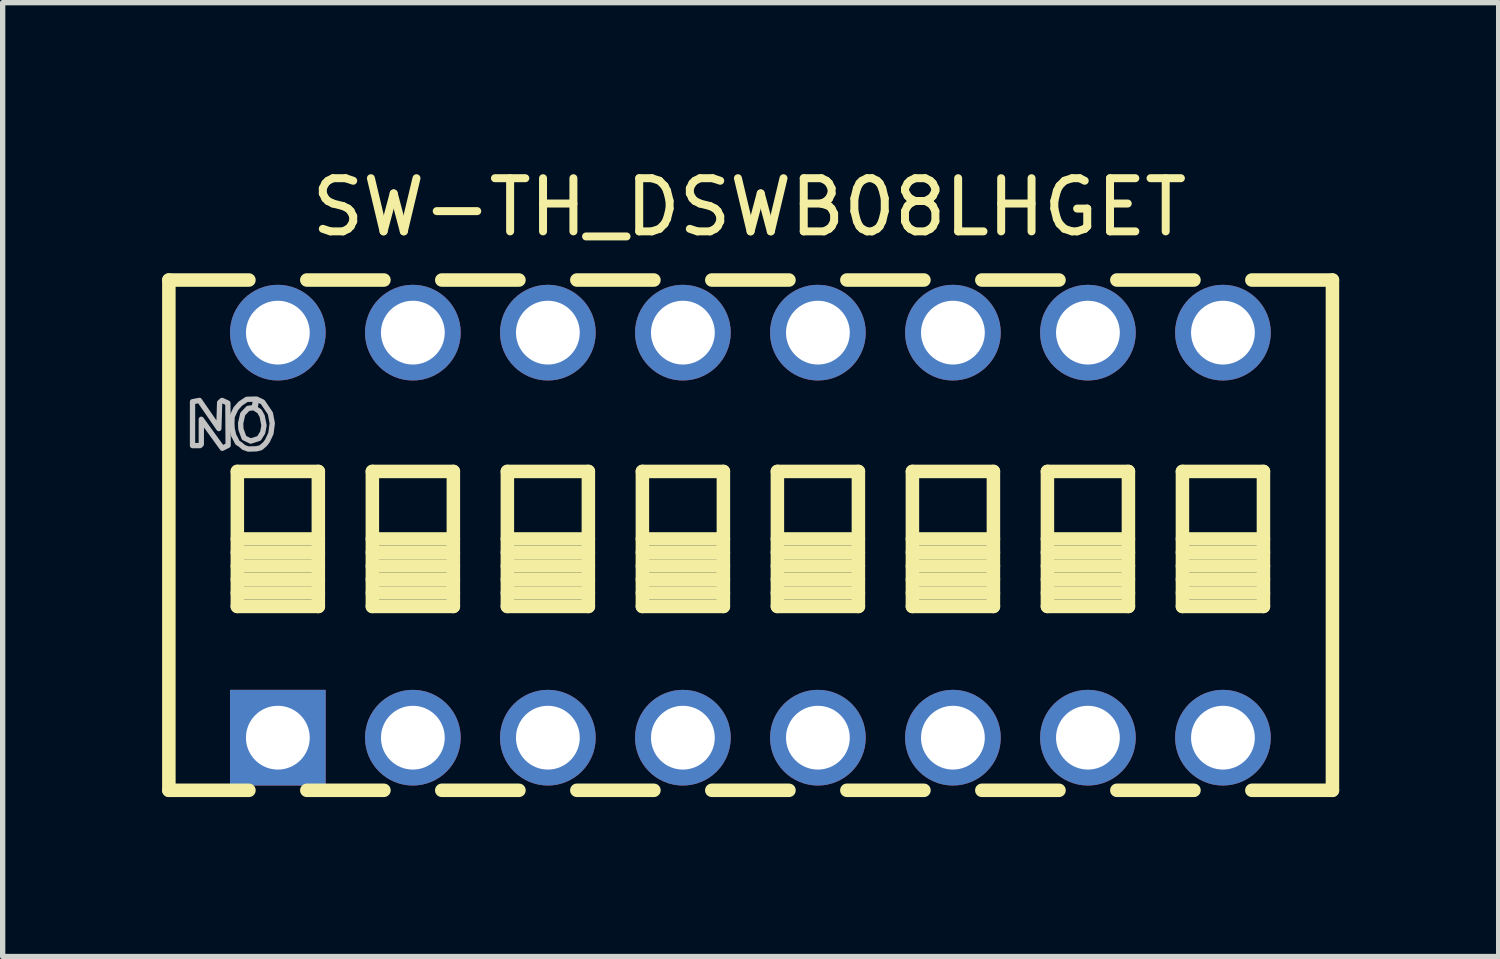
<source format=kicad_pcb>
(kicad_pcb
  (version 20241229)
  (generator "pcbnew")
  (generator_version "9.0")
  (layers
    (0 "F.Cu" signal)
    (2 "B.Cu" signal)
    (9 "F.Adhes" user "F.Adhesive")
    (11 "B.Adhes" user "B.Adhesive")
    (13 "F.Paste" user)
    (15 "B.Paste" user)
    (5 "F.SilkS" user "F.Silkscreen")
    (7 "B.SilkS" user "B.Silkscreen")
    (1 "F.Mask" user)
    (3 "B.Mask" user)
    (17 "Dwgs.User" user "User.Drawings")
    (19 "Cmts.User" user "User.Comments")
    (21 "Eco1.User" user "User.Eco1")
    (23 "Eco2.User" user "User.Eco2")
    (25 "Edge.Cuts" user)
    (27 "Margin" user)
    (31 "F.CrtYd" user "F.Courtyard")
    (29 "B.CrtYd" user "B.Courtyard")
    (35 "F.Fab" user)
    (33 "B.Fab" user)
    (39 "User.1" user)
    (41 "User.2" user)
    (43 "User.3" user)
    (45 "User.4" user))
  (footprint "SW-TH_DSWB08LHGET"
    (layer "F.Cu")
    (at 11.067 7.018)
    (property "Reference" "SW-TH_DSWB08LHGET" (at -0.02 -6.17 0) (layer "F.SilkS") (effects (font (size 1 1) (thickness 0.15))))
    (fp_line (start -10.94 -4.8) (end -9.434 -4.8) (stroke (width 0.254) (type default)) (layer "F.SilkS"))
    (fp_line (start -10.94 4.8) (end -10.94 -4.8) (stroke (width 0.254) (type default)) (layer "F.SilkS"))
    (fp_line (start -10.94 4.8) (end -9.434 4.8) (stroke (width 0.254) (type default)) (layer "F.SilkS"))
    (fp_line (start -9.652 -1.199) (end -8.128 -1.199) (stroke (width 0.254) (type default)) (layer "F.SilkS"))
    (fp_line (start -9.652 0.071) (end -8.128 0.071) (stroke (width 0.254) (type default)) (layer "F.SilkS"))
    (fp_line (start -9.652 0.325) (end -8.128 0.325) (stroke (width 0.254) (type default)) (layer "F.SilkS"))
    (fp_line (start -9.652 0.579) (end -8.128 0.579) (stroke (width 0.254) (type default)) (layer "F.SilkS"))
    (fp_line (start -9.652 0.833) (end -8.128 0.833) (stroke (width 0.254) (type default)) (layer "F.SilkS"))
    (fp_line (start -9.652 1.087) (end -8.128 1.087) (stroke (width 0.254) (type default)) (layer "F.SilkS"))
    (fp_line (start -9.652 1.341) (end -9.652 -1.199) (stroke (width 0.254) (type default)) (layer "F.SilkS"))
    (fp_line (start -8.345 -4.8) (end -6.894 -4.8) (stroke (width 0.254) (type default)) (layer "F.SilkS"))
    (fp_line (start -8.345 4.8) (end -6.894 4.8) (stroke (width 0.254) (type default)) (layer "F.SilkS"))
    (fp_line (start -8.128 -1.199) (end -8.128 1.341) (stroke (width 0.254) (type default)) (layer "F.SilkS"))
    (fp_line (start -8.128 1.341) (end -9.652 1.341) (stroke (width 0.254) (type default)) (layer "F.SilkS"))
    (fp_line (start -7.112 -1.199) (end -5.588 -1.199) (stroke (width 0.254) (type default)) (layer "F.SilkS"))
    (fp_line (start -7.112 0.071) (end -5.588 0.071) (stroke (width 0.254) (type default)) (layer "F.SilkS"))
    (fp_line (start -7.112 0.325) (end -5.588 0.325) (stroke (width 0.254) (type default)) (layer "F.SilkS"))
    (fp_line (start -7.112 0.579) (end -5.588 0.579) (stroke (width 0.254) (type default)) (layer "F.SilkS"))
    (fp_line (start -7.112 0.833) (end -5.588 0.833) (stroke (width 0.254) (type default)) (layer "F.SilkS"))
    (fp_line (start -7.112 1.087) (end -5.588 1.087) (stroke (width 0.254) (type default)) (layer "F.SilkS"))
    (fp_line (start -7.112 1.341) (end -7.112 -1.199) (stroke (width 0.254) (type default)) (layer "F.SilkS"))
    (fp_line (start -5.806 -4.8) (end -4.354 -4.8) (stroke (width 0.254) (type default)) (layer "F.SilkS"))
    (fp_line (start -5.806 4.8) (end -4.354 4.8) (stroke (width 0.254) (type default)) (layer "F.SilkS"))
    (fp_line (start -5.588 -1.199) (end -5.588 1.341) (stroke (width 0.254) (type default)) (layer "F.SilkS"))
    (fp_line (start -5.588 1.341) (end -7.112 1.341) (stroke (width 0.254) (type default)) (layer "F.SilkS"))
    (fp_line (start -4.572 -1.199) (end -3.048 -1.199) (stroke (width 0.254) (type default)) (layer "F.SilkS"))
    (fp_line (start -4.572 0.071) (end -3.048 0.071) (stroke (width 0.254) (type default)) (layer "F.SilkS"))
    (fp_line (start -4.572 0.325) (end -3.048 0.325) (stroke (width 0.254) (type default)) (layer "F.SilkS"))
    (fp_line (start -4.572 0.579) (end -3.048 0.579) (stroke (width 0.254) (type default)) (layer "F.SilkS"))
    (fp_line (start -4.572 0.833) (end -3.048 0.833) (stroke (width 0.254) (type default)) (layer "F.SilkS"))
    (fp_line (start -4.572 1.087) (end -3.048 1.087) (stroke (width 0.254) (type default)) (layer "F.SilkS"))
    (fp_line (start -4.572 1.341) (end -4.572 -1.199) (stroke (width 0.254) (type default)) (layer "F.SilkS"))
    (fp_line (start -3.265 -4.8) (end -1.815 -4.8) (stroke (width 0.254) (type default)) (layer "F.SilkS"))
    (fp_line (start -3.265 4.8) (end -1.815 4.8) (stroke (width 0.254) (type default)) (layer "F.SilkS"))
    (fp_line (start -3.048 -1.199) (end -3.048 1.341) (stroke (width 0.254) (type default)) (layer "F.SilkS"))
    (fp_line (start -3.048 1.341) (end -4.572 1.341) (stroke (width 0.254) (type default)) (layer "F.SilkS"))
    (fp_line (start -2.032 -1.199) (end -0.508 -1.199) (stroke (width 0.254) (type default)) (layer "F.SilkS"))
    (fp_line (start -2.032 0.071) (end -0.508 0.071) (stroke (width 0.254) (type default)) (layer "F.SilkS"))
    (fp_line (start -2.032 0.325) (end -0.508 0.325) (stroke (width 0.254) (type default)) (layer "F.SilkS"))
    (fp_line (start -2.032 0.579) (end -0.508 0.579) (stroke (width 0.254) (type default)) (layer "F.SilkS"))
    (fp_line (start -2.032 0.833) (end -0.508 0.833) (stroke (width 0.254) (type default)) (layer "F.SilkS"))
    (fp_line (start -2.032 1.087) (end -0.508 1.087) (stroke (width 0.254) (type default)) (layer "F.SilkS"))
    (fp_line (start -2.032 1.341) (end -2.032 -1.199) (stroke (width 0.254) (type default)) (layer "F.SilkS"))
    (fp_line (start -0.726 -4.8) (end 0.726 -4.8) (stroke (width 0.254) (type default)) (layer "F.SilkS"))
    (fp_line (start -0.726 4.8) (end 0.726 4.8) (stroke (width 0.254) (type default)) (layer "F.SilkS"))
    (fp_line (start -0.508 -1.199) (end -0.508 1.341) (stroke (width 0.254) (type default)) (layer "F.SilkS"))
    (fp_line (start -0.508 1.341) (end -2.032 1.341) (stroke (width 0.254) (type default)) (layer "F.SilkS"))
    (fp_line (start 0.508 -1.199) (end 2.032 -1.199) (stroke (width 0.254) (type default)) (layer "F.SilkS"))
    (fp_line (start 0.508 0.071) (end 2.032 0.071) (stroke (width 0.254) (type default)) (layer "F.SilkS"))
    (fp_line (start 0.508 0.325) (end 2.032 0.325) (stroke (width 0.254) (type default)) (layer "F.SilkS"))
    (fp_line (start 0.508 0.579) (end 2.032 0.579) (stroke (width 0.254) (type default)) (layer "F.SilkS"))
    (fp_line (start 0.508 0.833) (end 2.032 0.833) (stroke (width 0.254) (type default)) (layer "F.SilkS"))
    (fp_line (start 0.508 1.087) (end 2.032 1.087) (stroke (width 0.254) (type default)) (layer "F.SilkS"))
    (fp_line (start 0.508 1.341) (end 0.508 -1.199) (stroke (width 0.254) (type default)) (layer "F.SilkS"))
    (fp_line (start 1.815 -4.8) (end 3.265 -4.8) (stroke (width 0.254) (type default)) (layer "F.SilkS"))
    (fp_line (start 1.815 4.8) (end 3.265 4.8) (stroke (width 0.254) (type default)) (layer "F.SilkS"))
    (fp_line (start 2.032 -1.199) (end 2.032 1.341) (stroke (width 0.254) (type default)) (layer "F.SilkS"))
    (fp_line (start 2.032 1.341) (end 0.508 1.341) (stroke (width 0.254) (type default)) (layer "F.SilkS"))
    (fp_line (start 3.048 -1.199) (end 4.572 -1.199) (stroke (width 0.254) (type default)) (layer "F.SilkS"))
    (fp_line (start 3.048 0.071) (end 4.572 0.071) (stroke (width 0.254) (type default)) (layer "F.SilkS"))
    (fp_line (start 3.048 0.325) (end 4.572 0.325) (stroke (width 0.254) (type default)) (layer "F.SilkS"))
    (fp_line (start 3.048 0.579) (end 4.572 0.579) (stroke (width 0.254) (type default)) (layer "F.SilkS"))
    (fp_line (start 3.048 0.833) (end 4.572 0.833) (stroke (width 0.254) (type default)) (layer "F.SilkS"))
    (fp_line (start 3.048 1.087) (end 4.572 1.087) (stroke (width 0.254) (type default)) (layer "F.SilkS"))
    (fp_line (start 3.048 1.341) (end 3.048 -1.199) (stroke (width 0.254) (type default)) (layer "F.SilkS"))
    (fp_line (start 4.354 -4.8) (end 5.806 -4.8) (stroke (width 0.254) (type default)) (layer "F.SilkS"))
    (fp_line (start 4.354 4.8) (end 5.806 4.8) (stroke (width 0.254) (type default)) (layer "F.SilkS"))
    (fp_line (start 4.572 -1.199) (end 4.572 1.341) (stroke (width 0.254) (type default)) (layer "F.SilkS"))
    (fp_line (start 4.572 1.341) (end 3.048 1.341) (stroke (width 0.254) (type default)) (layer "F.SilkS"))
    (fp_line (start 5.588 -1.199) (end 7.112 -1.199) (stroke (width 0.254) (type default)) (layer "F.SilkS"))
    (fp_line (start 5.588 0.071) (end 7.112 0.071) (stroke (width 0.254) (type default)) (layer "F.SilkS"))
    (fp_line (start 5.588 0.325) (end 7.112 0.325) (stroke (width 0.254) (type default)) (layer "F.SilkS"))
    (fp_line (start 5.588 0.579) (end 7.112 0.579) (stroke (width 0.254) (type default)) (layer "F.SilkS"))
    (fp_line (start 5.588 0.833) (end 7.112 0.833) (stroke (width 0.254) (type default)) (layer "F.SilkS"))
    (fp_line (start 5.588 1.087) (end 7.112 1.087) (stroke (width 0.254) (type default)) (layer "F.SilkS"))
    (fp_line (start 5.588 1.341) (end 5.588 -1.199) (stroke (width 0.254) (type default)) (layer "F.SilkS"))
    (fp_line (start 6.894 -4.8) (end 8.345 -4.8) (stroke (width 0.254) (type default)) (layer "F.SilkS"))
    (fp_line (start 6.894 4.8) (end 8.345 4.8) (stroke (width 0.254) (type default)) (layer "F.SilkS"))
    (fp_line (start 7.112 -1.199) (end 7.112 1.341) (stroke (width 0.254) (type default)) (layer "F.SilkS"))
    (fp_line (start 7.112 1.341) (end 5.588 1.341) (stroke (width 0.254) (type default)) (layer "F.SilkS"))
    (fp_line (start 8.128 -1.199) (end 9.652 -1.199) (stroke (width 0.254) (type default)) (layer "F.SilkS"))
    (fp_line (start 8.128 0.071) (end 9.652 0.071) (stroke (width 0.254) (type default)) (layer "F.SilkS"))
    (fp_line (start 8.128 0.325) (end 9.652 0.325) (stroke (width 0.254) (type default)) (layer "F.SilkS"))
    (fp_line (start 8.128 0.579) (end 9.652 0.579) (stroke (width 0.254) (type default)) (layer "F.SilkS"))
    (fp_line (start 8.128 0.833) (end 9.652 0.833) (stroke (width 0.254) (type default)) (layer "F.SilkS"))
    (fp_line (start 8.128 1.087) (end 9.652 1.087) (stroke (width 0.254) (type default)) (layer "F.SilkS"))
    (fp_line (start 8.128 1.341) (end 8.128 -1.199) (stroke (width 0.254) (type default)) (layer "F.SilkS"))
    (fp_line (start 9.434 -4.8) (end 10.95 -4.8) (stroke (width 0.254) (type default)) (layer "F.SilkS"))
    (fp_line (start 9.434 4.8) (end 10.95 4.8) (stroke (width 0.254) (type default)) (layer "F.SilkS"))
    (fp_line (start 9.652 -1.199) (end 9.652 1.341) (stroke (width 0.254) (type default)) (layer "F.SilkS"))
    (fp_line (start 9.652 1.341) (end 8.128 1.341) (stroke (width 0.254) (type default)) (layer "F.SilkS"))
    (fp_line (start 10.95 -4.8) (end 10.95 4.8) (stroke (width 0.254) (type default)) (layer "F.SilkS"))
    (fp_poly (pts (xy -10.495 -1.685) (xy -10.355 -1.685) (xy -10.33 -1.71) (xy -10.33 -2.18) (xy -9.935 -1.635) (xy -9.825 -1.69) (xy -9.83 -2.485) (xy -9.94 -2.535) (xy -9.985 -2.495) (xy -10 -2.005) (xy -10.365 -2.535) (xy -10.495 -2.51) (xy -10.495 -2.105)) (stroke (width 0.1) (type default)) (fill no) (layer "Dwgs.User"))
    (fp_poly (pts (xy -9.475 -2.555) (xy -9.595 -2.475) (xy -9.68 -2.38) (xy -9.75 -2.23) (xy -9.755 -2.1) (xy -9.75 -2.01) (xy -9.74 -1.96) (xy -9.72 -1.875) (xy -9.69 -1.82) (xy -9.65 -1.74) (xy -9.595 -1.705) (xy -9.53 -1.65) (xy -9.445 -1.62) (xy -9.29 -1.625) (xy -9.21 -1.645) (xy -9.13 -1.715) (xy -9.085 -1.775) (xy -9.02 -1.915) (xy -8.995 -2.105) (xy -9.03 -2.29) (xy -9.175 -2.505) (xy -9.29 -2.56) (xy -9.32 -2.385) (xy -9.235 -2.33) (xy -9.185 -2.24) (xy -9.15 -2.065) (xy -9.175 -1.93) (xy -9.245 -1.82) (xy -9.4 -1.77) (xy -9.525 -1.83) (xy -9.585 -1.995) (xy -9.59 -2.105) (xy -9.55 -2.28) (xy -9.45 -2.385) (xy -9.335 -2.4) (xy -9.305 -2.56)) (stroke (width 0.1) (type default)) (fill no) (layer "Dwgs.User"))
    (fp_poly (pts (xy -8.59 -3.91) (xy -8.59 -3.71) (xy -9.19 -3.71) (xy -9.19 -3.91)) (stroke (width 0.1) (type default)) (fill no) (layer "User.1"))
    (fp_poly (pts (xy -8.59 3.71) (xy -8.59 3.91) (xy -9.19 3.91) (xy -9.19 3.71)) (stroke (width 0.1) (type default)) (fill no) (layer "User.1"))
    (fp_poly (pts (xy -6.05 -3.91) (xy -6.05 -3.71) (xy -6.65 -3.71) (xy -6.65 -3.91)) (stroke (width 0.1) (type default)) (fill no) (layer "User.1"))
    (fp_poly (pts (xy -6.05 3.71) (xy -6.05 3.91) (xy -6.65 3.91) (xy -6.65 3.71)) (stroke (width 0.1) (type default)) (fill no) (layer "User.1"))
    (fp_poly (pts (xy -3.51 -3.91) (xy -3.51 -3.71) (xy -4.11 -3.71) (xy -4.11 -3.91)) (stroke (width 0.1) (type default)) (fill no) (layer "User.1"))
    (fp_poly (pts (xy -3.51 3.71) (xy -3.51 3.91) (xy -4.11 3.91) (xy -4.11 3.71)) (stroke (width 0.1) (type default)) (fill no) (layer "User.1"))
    (fp_poly (pts (xy -0.97 -3.91) (xy -0.97 -3.71) (xy -1.57 -3.71) (xy -1.57 -3.91)) (stroke (width 0.1) (type default)) (fill no) (layer "User.1"))
    (fp_poly (pts (xy -0.97 3.71) (xy -0.97 3.91) (xy -1.57 3.91) (xy -1.57 3.71)) (stroke (width 0.1) (type default)) (fill no) (layer "User.1"))
    (fp_poly (pts (xy 1.57 -3.91) (xy 1.57 -3.71) (xy 0.97 -3.71) (xy 0.97 -3.91)) (stroke (width 0.1) (type default)) (fill no) (layer "User.1"))
    (fp_poly (pts (xy 1.57 3.71) (xy 1.57 3.91) (xy 0.97 3.91) (xy 0.97 3.71)) (stroke (width 0.1) (type default)) (fill no) (layer "User.1"))
    (fp_poly (pts (xy 4.11 -3.91) (xy 4.11 -3.71) (xy 3.51 -3.71) (xy 3.51 -3.91)) (stroke (width 0.1) (type default)) (fill no) (layer "User.1"))
    (fp_poly (pts (xy 4.11 3.71) (xy 4.11 3.91) (xy 3.51 3.91) (xy 3.51 3.71)) (stroke (width 0.1) (type default)) (fill no) (layer "User.1"))
    (fp_poly (pts (xy 6.65 -3.91) (xy 6.65 -3.71) (xy 6.05 -3.71) (xy 6.05 -3.91)) (stroke (width 0.1) (type default)) (fill no) (layer "User.1"))
    (fp_poly (pts (xy 6.65 3.71) (xy 6.65 3.91) (xy 6.05 3.91) (xy 6.05 3.71)) (stroke (width 0.1) (type default)) (fill no) (layer "User.1"))
    (fp_poly (pts (xy 9.19 -3.91) (xy 9.19 -3.71) (xy 8.59 -3.71) (xy 8.59 -3.91)) (stroke (width 0.1) (type default)) (fill no) (layer "User.1"))
    (fp_poly (pts (xy 9.19 3.71) (xy 9.19 3.91) (xy 8.59 3.91) (xy 8.59 3.71)) (stroke (width 0.1) (type default)) (fill no) (layer "User.1"))
    (fp_line (start -10.94 -4.8) (end 10.94 -4.8) (stroke (width 0.051) (type default)) (layer "User.2"))
    (fp_line (start -10.94 4.8) (end -10.94 -4.8) (stroke (width 0.051) (type default)) (layer "User.2"))
    (fp_line (start 10.94 -4.8) (end 10.94 4.8) (stroke (width 0.051) (type default)) (layer "User.2"))
    (fp_line (start 10.94 4.8) (end -10.94 4.8) (stroke (width 0.051) (type default)) (layer "User.2"))
    (fp_poly (pts (xy -10.88 4.8) (xy -10.898 4.758) (xy -10.94 4.74) (xy -10.982 4.758) (xy -11 4.8) (xy -10.982 4.842) (xy -10.94 4.86) (xy -10.898 4.842)) (stroke (width 0.1) (type default)) (fill no) (layer "User.3"))
    (pad "1" thru_hole rect (at -8.89 3.81) (size 1.8 1.8) (drill 1.2) (layers "*.Cu" "*.Mask"))
    (pad "2" thru_hole circle (at -6.35 3.81) (size 1.8 1.8) (drill 1.2) (layers "*.Cu" "*.Mask"))
    (pad "3" thru_hole circle (at -3.81 3.81) (size 1.8 1.8) (drill 1.2) (layers "*.Cu" "*.Mask"))
    (pad "4" thru_hole circle (at -1.27 3.81) (size 1.8 1.8) (drill 1.2) (layers "*.Cu" "*.Mask"))
    (pad "5" thru_hole circle (at 1.27 3.81) (size 1.8 1.8) (drill 1.2) (layers "*.Cu" "*.Mask"))
    (pad "6" thru_hole circle (at 3.81 3.81) (size 1.8 1.8) (drill 1.2) (layers "*.Cu" "*.Mask"))
    (pad "7" thru_hole circle (at 6.35 3.81) (size 1.8 1.8) (drill 1.2) (layers "*.Cu" "*.Mask"))
    (pad "8" thru_hole circle (at 8.89 3.81) (size 1.8 1.8) (drill 1.2) (layers "*.Cu" "*.Mask"))
    (pad "9" thru_hole circle (at -8.89 -3.81) (size 1.8 1.8) (drill 1.2) (layers "*.Cu" "*.Mask"))
    (pad "10" thru_hole circle (at -6.35 -3.81) (size 1.8 1.8) (drill 1.2) (layers "*.Cu" "*.Mask"))
    (pad "11" thru_hole circle (at -3.81 -3.81) (size 1.8 1.8) (drill 1.2) (layers "*.Cu" "*.Mask"))
    (pad "12" thru_hole circle (at -1.27 -3.81) (size 1.8 1.8) (drill 1.2) (layers "*.Cu" "*.Mask"))
    (pad "13" thru_hole circle (at 1.27 -3.81) (size 1.8 1.8) (drill 1.2) (layers "*.Cu" "*.Mask"))
    (pad "14" thru_hole circle (at 3.81 -3.81) (size 1.8 1.8) (drill 1.2) (layers "*.Cu" "*.Mask"))
    (pad "15" thru_hole circle (at 6.35 -3.81) (size 1.8 1.8) (drill 1.2) (layers "*.Cu" "*.Mask"))
    (pad "16" thru_hole circle (at 8.89 -3.81) (size 1.8 1.8) (drill 1.2) (layers "*.Cu" "*.Mask")))
  (gr_rect
    (start -3 -3)
    (end 25.144 14.945)
    (stroke (width 0.1) (type default))
    (fill no)
    (layer "Edge.Cuts")))
</source>
